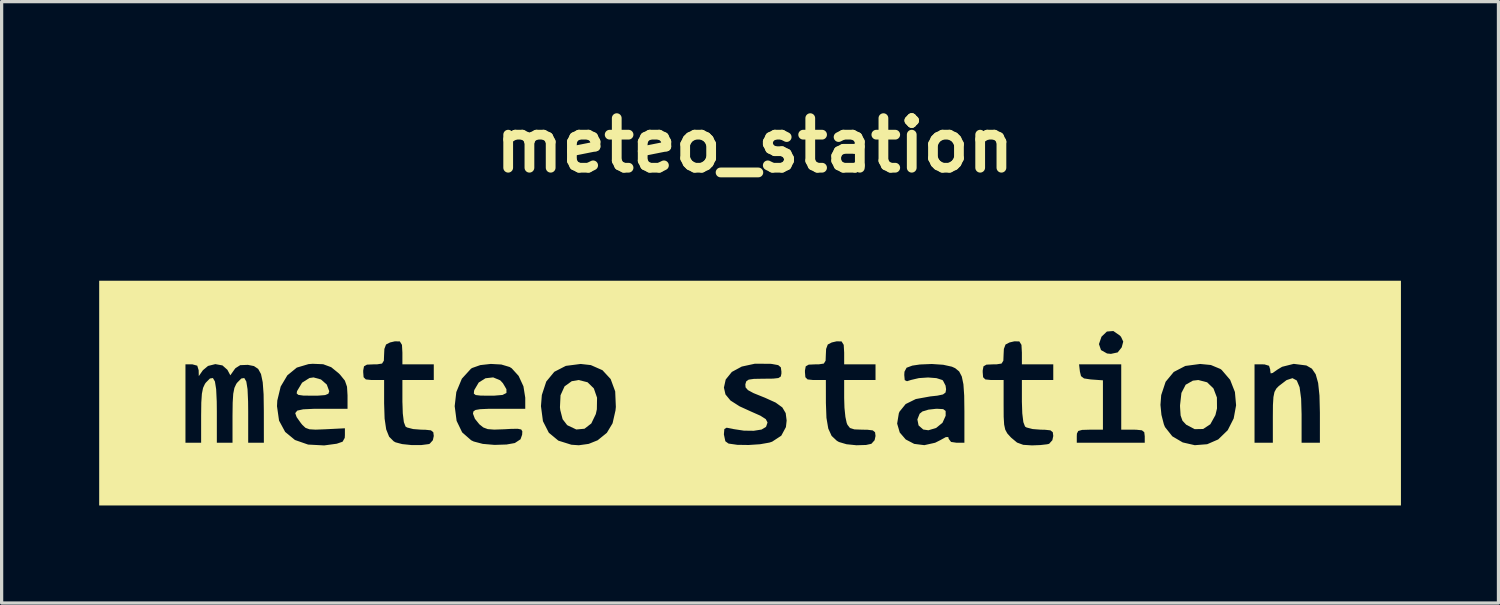
<source format=kicad_pcb>
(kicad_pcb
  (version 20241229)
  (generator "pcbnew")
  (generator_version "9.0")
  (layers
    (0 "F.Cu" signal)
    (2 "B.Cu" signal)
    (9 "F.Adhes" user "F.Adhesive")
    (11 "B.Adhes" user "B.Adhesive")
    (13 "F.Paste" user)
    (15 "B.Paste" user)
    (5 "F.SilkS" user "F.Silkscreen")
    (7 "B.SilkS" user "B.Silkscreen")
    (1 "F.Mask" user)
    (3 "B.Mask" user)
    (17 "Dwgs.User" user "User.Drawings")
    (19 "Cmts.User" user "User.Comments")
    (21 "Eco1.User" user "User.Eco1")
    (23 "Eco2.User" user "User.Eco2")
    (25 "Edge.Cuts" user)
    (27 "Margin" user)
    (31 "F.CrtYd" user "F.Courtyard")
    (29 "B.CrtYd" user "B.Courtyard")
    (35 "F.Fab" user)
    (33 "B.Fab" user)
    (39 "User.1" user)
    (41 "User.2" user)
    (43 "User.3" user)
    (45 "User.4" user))
  (footprint "meteo_station"
    (layer "F.Cu")
    (at 20.015 9.038)
    (property "Reference" "meteo_station" (at 0.146 -7.62 0) (layer "F.SilkS") (effects (font (size 1.524 1.524) (thickness 0.3))))
    (attr board_only exclude_from_pos_files exclude_from_bom)
    (fp_poly (pts (xy -13.195 -0.419) (xy -13.016 -0.262) (xy -12.941 -0.059) (xy -12.941 -0.054) (xy -12.967 0.02) (xy -13.067 0.061) (xy -13.275 0.078) (xy -13.461 0.08) (xy -13.74 0.076) (xy -13.89 0.055) (xy -13.942 0.01) (xy -13.931 -0.06) (xy -13.775 -0.321) (xy -13.549 -0.464) (xy -13.423 -0.482)) (stroke (width 0) (type solid)) (fill yes) (layer "F.SilkS"))
    (fp_poly (pts (xy -7.685 -0.394) (xy -7.6 -0.304) (xy -7.492 -0.12) (xy -7.491 -0.004) (xy -7.612 0.057) (xy -7.871 0.079) (xy -8.003 0.08) (xy -8.285 0.077) (xy -8.437 0.06) (xy -8.494 0.016) (xy -8.487 -0.067) (xy -8.477 -0.1) (xy -8.344 -0.325) (xy -8.136 -0.456) (xy -7.9 -0.483)) (stroke (width 0) (type solid)) (fill yes) (layer "F.SilkS"))
    (fp_poly (pts (xy 5.939 0.493) (xy 6.014 0.55) (xy 6.015 0.688) (xy 6.014 0.699) (xy 5.918 0.912) (xy 5.722 1.072) (xy 5.484 1.143) (xy 5.325 1.12) (xy 5.182 0.994) (xy 5.145 0.81) (xy 5.215 0.634) (xy 5.3 0.565) (xy 5.486 0.509) (xy 5.728 0.482) (xy 5.747 0.482)) (stroke (width 0) (type solid)) (fill yes) (layer "F.SilkS"))
    (fp_poly (pts (xy -4.997 -0.333) (xy -4.804 -0.144) (xy -4.705 0.142) (xy -4.711 0.499) (xy -4.743 0.645) (xy -4.882 0.934) (xy -5.091 1.096) (xy -5.343 1.119) (xy -5.61 0.993) (xy -5.628 0.98) (xy -5.764 0.803) (xy -5.836 0.523) (xy -5.846 0.437) (xy -5.828 0.066) (xy -5.704 -0.207) (xy -5.483 -0.366) (xy -5.271 -0.402)) (stroke (width 0) (type solid)) (fill yes) (layer "F.SilkS"))
    (fp_poly (pts (xy 14.055 -0.332) (xy 14.25 -0.143) (xy 14.356 0.135) (xy 14.359 0.473) (xy 14.31 0.677) (xy 14.154 0.958) (xy 13.932 1.104) (xy 13.672 1.109) (xy 13.412 0.972) (xy 13.297 0.849) (xy 13.24 0.688) (xy 13.223 0.431) (xy 13.222 0.377) (xy 13.265 -0.005) (xy 13.395 -0.257) (xy 13.617 -0.383) (xy 13.785 -0.402)) (stroke (width 0) (type solid)) (fill yes) (layer "F.SilkS"))
    (fp_poly (pts (xy 20.015 3.456) (xy -20.015 3.456) (xy -20.015 1.527) (xy -17.362 1.527) (xy -16.88 1.527) (xy -16.88 0.692) (xy -16.875 0.294) (xy -16.857 0.022) (xy -16.821 -0.159) (xy -16.762 -0.285) (xy -16.732 -0.325) (xy -16.609 -0.449) (xy -16.518 -0.463) (xy -16.456 -0.357) (xy -16.418 -0.12) (xy -16.4 0.26) (xy -16.397 0.567) (xy -16.397 1.527) (xy -15.915 1.527) (xy -15.915 0.692) (xy -15.91 0.294) (xy -15.893 0.022) (xy -15.857 -0.159) (xy -15.798 -0.285) (xy -15.767 -0.325) (xy -15.644 -0.449) (xy -15.553 -0.463) (xy -15.491 -0.357) (xy -15.453 -0.12) (xy -15.436 0.26) (xy -15.433 0.567) (xy -15.433 1.527) (xy -14.951 1.527) (xy -14.952 0.543) (xy -14.954 0.403) (xy -14.547 0.403) (xy -14.484 0.846) (xy -14.296 1.194) (xy -13.995 1.442) (xy -13.591 1.583) (xy -13.096 1.609) (xy -12.71 1.557) (xy -12.53 1.495) (xy -12.464 1.377) (xy -12.459 1.295) (xy -12.459 1.082) (xy -13.049 1.112) (xy -13.357 1.124) (xy -13.549 1.113) (xy -13.67 1.069) (xy -13.766 0.98) (xy -13.813 0.922) (xy -13.943 0.739) (xy -13.986 0.616) (xy -13.924 0.539) (xy -13.743 0.499) (xy -13.425 0.484) (xy -13.182 0.482) (xy -12.378 0.482) (xy -12.378 0.072) (xy -12.394 -0.196) (xy -12.459 -0.383) (xy -12.607 -0.566) (xy -12.652 -0.611) (xy -12.691 -0.643) (xy -11.896 -0.643) (xy -11.884 -0.488) (xy -11.815 -0.42) (xy -11.644 -0.402) (xy -11.575 -0.402) (xy -11.253 -0.402) (xy -11.253 0.318) (xy -11.238 0.784) (xy -11.189 1.117) (xy -11.099 1.341) (xy -10.959 1.482) (xy -10.902 1.514) (xy -10.699 1.568) (xy -10.412 1.598) (xy -10.116 1.599) (xy -9.886 1.569) (xy -9.853 1.559) (xy -9.754 1.449) (xy -9.726 1.318) (xy -9.741 1.202) (xy -9.814 1.145) (xy -9.987 1.127) (xy -10.112 1.125) (xy -10.36 1.106) (xy -10.546 1.058) (xy -10.594 1.029) (xy -10.646 0.893) (xy -10.679 0.623) (xy -10.686 0.401) (xy -9.083 0.401) (xy -9.024 0.854) (xy -8.853 1.208) (xy -8.577 1.45) (xy -8.499 1.488) (xy -8.219 1.562) (xy -7.858 1.593) (xy -7.488 1.581) (xy -7.234 1.536) (xy -7.059 1.421) (xy -7.009 1.28) (xy -7.003 1.176) (xy -7.037 1.119) (xy -7.146 1.097) (xy -7.361 1.101) (xy -7.557 1.112) (xy -7.867 1.123) (xy -8.066 1.108) (xy -8.202 1.057) (xy -8.324 0.96) (xy -8.461 0.79) (xy -8.52 0.634) (xy -8.52 0.629) (xy -8.506 0.562) (xy -8.443 0.519) (xy -8.302 0.495) (xy -8.056 0.484) (xy -7.716 0.482) (xy -6.913 0.482) (xy -6.913 0.402) (xy -6.43 0.402) (xy -6.369 0.864) (xy -6.188 1.219) (xy -5.895 1.462) (xy -5.494 1.588) (xy -5.265 1.604) (xy -4.964 1.562) (xy -4.689 1.452) (xy -4.686 1.45) (xy -4.468 1.274) (xy -0.804 1.274) (xy -0.76 1.481) (xy -0.663 1.552) (xy -0.391 1.591) (xy -0.045 1.596) (xy 0.306 1.573) (xy 0.594 1.522) (xy 0.679 1.494) (xy 0.96 1.31) (xy 1.103 1.045) (xy 1.125 0.844) (xy 1.096 0.616) (xy 0.992 0.44) (xy 0.786 0.291) (xy 0.452 0.14) (xy 0.399 0.119) (xy 0.105 0.000145) (xy -0.065 -0.092) (xy -0.138 -0.176) (xy -0.145 -0.27) (xy -0.117 -0.362) (xy -0.042 -0.414) (xy 0.118 -0.437) (xy 0.4 -0.442) (xy 0.422 -0.442) (xy 0.709 -0.445) (xy 0.872 -0.463) (xy 0.945 -0.51) (xy 0.964 -0.6) (xy 0.964 -0.643) (xy 1.688 -0.643) (xy 1.701 -0.488) (xy 1.769 -0.42) (xy 1.94 -0.402) (xy 2.009 -0.402) (xy 2.331 -0.402) (xy 2.332 0.301) (xy 2.349 0.761) (xy 2.405 1.09) (xy 2.508 1.316) (xy 2.668 1.466) (xy 2.734 1.504) (xy 2.967 1.573) (xy 3.273 1.604) (xy 3.569 1.595) (xy 3.731 1.559) (xy 3.83 1.449) (xy 3.858 1.318) (xy 3.844 1.204) (xy 3.774 1.147) (xy 3.608 1.127) (xy 3.454 1.125) (xy 3.208 1.116) (xy 3.072 1.073) (xy 2.996 0.976) (xy 2.98 0.938) (xy 4.523 0.938) (xy 4.603 1.212) (xy 4.787 1.426) (xy 5.048 1.562) (xy 5.359 1.601) (xy 5.691 1.527) (xy 5.848 1.448) (xy 6.019 1.354) (xy 6.095 1.351) (xy 6.109 1.408) (xy 6.181 1.502) (xy 6.35 1.527) (xy 6.591 1.527) (xy 6.591 0.557) (xy 6.585 0.076) (xy 6.561 -0.271) (xy 6.511 -0.51) (xy 6.442 -0.643) (xy 7.154 -0.643) (xy 7.166 -0.488) (xy 7.235 -0.42) (xy 7.406 -0.402) (xy 7.475 -0.402) (xy 7.797 -0.402) (xy 7.797 0.368) (xy 7.799 0.728) (xy 7.813 0.966) (xy 7.847 1.124) (xy 7.91 1.24) (xy 8.013 1.354) (xy 8.032 1.373) (xy 8.211 1.522) (xy 8.401 1.591) (xy 8.668 1.608) (xy 8.929 1.598) (xy 9.136 1.574) (xy 9.197 1.559) (xy 9.225 1.527) (xy 10.047 1.527) (xy 12.137 1.527) (xy 12.137 1.326) (xy 12.122 1.202) (xy 12.049 1.144) (xy 11.873 1.126) (xy 11.776 1.125) (xy 11.414 1.125) (xy 11.414 0.362) (xy 12.62 0.362) (xy 12.65 0.669) (xy 12.725 0.96) (xy 12.76 1.045) (xy 12.985 1.329) (xy 13.305 1.517) (xy 13.676 1.602) (xy 14.058 1.572) (xy 14.161 1.527) (xy 15.513 1.527) (xy 16.076 1.527) (xy 16.076 0.737) (xy 16.079 0.368) (xy 16.094 0.123) (xy 16.126 -0.034) (xy 16.183 -0.139) (xy 16.257 -0.215) (xy 16.497 -0.399) (xy 16.68 -0.459) (xy 16.812 -0.388) (xy 16.899 -0.18) (xy 16.946 0.173) (xy 16.96 0.649) (xy 16.96 1.527) (xy 17.523 1.527) (xy 17.523 0.599) (xy 17.51 0.075) (xy 17.469 -0.311) (xy 17.394 -0.579) (xy 17.277 -0.751) (xy 17.114 -0.846) (xy 17.102 -0.85) (xy 16.719 -0.899) (xy 16.361 -0.809) (xy 16.223 -0.726) (xy 16.071 -0.619) (xy 16.009 -0.606) (xy 15.996 -0.687) (xy 15.996 -0.721) (xy 15.959 -0.84) (xy 15.82 -0.882) (xy 15.754 -0.884) (xy 15.513 -0.884) (xy 15.513 1.527) (xy 14.161 1.527) (xy 14.396 1.425) (xy 14.688 1.142) (xy 14.872 0.78) (xy 14.946 0.375) (xy 14.91 -0.033) (xy 14.763 -0.408) (xy 14.503 -0.712) (xy 14.463 -0.742) (xy 14.17 -0.864) (xy 13.841 -0.896) (xy 13.385 -0.835) (xy 13.029 -0.65) (xy 12.779 -0.348) (xy 12.643 0.062) (xy 12.62 0.362) (xy 11.414 0.362) (xy 11.414 -0.884) (xy 10.117 -0.884) (xy 10.143 -0.663) (xy 10.177 -0.522) (xy 10.269 -0.451) (xy 10.466 -0.421) (xy 10.51 -0.417) (xy 10.851 -0.393) (xy 10.851 1.125) (xy 10.449 1.125) (xy 10.211 1.132) (xy 10.092 1.165) (xy 10.051 1.246) (xy 10.047 1.326) (xy 10.047 1.527) (xy 9.225 1.527) (xy 9.296 1.449) (xy 9.324 1.318) (xy 9.309 1.202) (xy 9.236 1.145) (xy 9.063 1.127) (xy 8.938 1.125) (xy 8.69 1.106) (xy 8.504 1.058) (xy 8.456 1.029) (xy 8.404 0.893) (xy 8.371 0.623) (xy 8.359 0.265) (xy 8.359 -0.402) (xy 9.324 -0.402) (xy 9.324 -0.884) (xy 8.359 -0.884) (xy 8.359 -1.246) (xy 8.346 -1.483) (xy 8.331 -1.507) (xy 10.729 -1.507) (xy 10.792 -1.323) (xy 10.978 -1.218) (xy 11.097 -1.206) (xy 11.305 -1.251) (xy 11.428 -1.406) (xy 11.476 -1.583) (xy 11.408 -1.729) (xy 11.374 -1.768) (xy 11.171 -1.909) (xy 10.973 -1.893) (xy 10.807 -1.734) (xy 10.729 -1.507) (xy 8.331 -1.507) (xy 8.28 -1.589) (xy 8.127 -1.592) (xy 7.978 -1.557) (xy 7.856 -1.494) (xy 7.805 -1.358) (xy 7.797 -1.196) (xy 7.789 -0.997) (xy 7.733 -0.908) (xy 7.584 -0.885) (xy 7.475 -0.884) (xy 7.269 -0.875) (xy 7.178 -0.823) (xy 7.154 -0.695) (xy 7.154 -0.643) (xy 6.442 -0.643) (xy 6.43 -0.666) (xy 6.308 -0.766) (xy 6.207 -0.812) (xy 5.94 -0.871) (xy 5.589 -0.895) (xy 5.224 -0.88) (xy 4.989 -0.845) (xy 4.813 -0.78) (xy 4.748 -0.657) (xy 4.742 -0.558) (xy 4.756 -0.399) (xy 4.826 -0.365) (xy 4.949 -0.404) (xy 5.192 -0.461) (xy 5.474 -0.48) (xy 5.733 -0.46) (xy 5.91 -0.403) (xy 5.932 -0.386) (xy 6.012 -0.23) (xy 6.028 -0.116) (xy 6.011 -0.017) (xy 5.932 0.042) (xy 5.757 0.079) (xy 5.543 0.102) (xy 5.097 0.183) (xy 4.785 0.337) (xy 4.597 0.569) (xy 4.575 0.621) (xy 4.523 0.938) (xy 2.98 0.938) (xy 2.972 0.919) (xy 2.932 0.733) (xy 2.903 0.451) (xy 2.894 0.156) (xy 2.894 -0.402) (xy 3.858 -0.402) (xy 3.858 -0.884) (xy 2.894 -0.884) (xy 2.894 -1.246) (xy 2.88 -1.483) (xy 2.814 -1.589) (xy 2.662 -1.592) (xy 2.512 -1.557) (xy 2.39 -1.494) (xy 2.339 -1.358) (xy 2.331 -1.196) (xy 2.323 -0.997) (xy 2.268 -0.908) (xy 2.119 -0.885) (xy 2.009 -0.884) (xy 1.803 -0.875) (xy 1.712 -0.823) (xy 1.688 -0.695) (xy 1.688 -0.643) (xy 0.964 -0.643) (xy 0.965 -0.655) (xy 0.947 -0.791) (xy 0.866 -0.86) (xy 0.676 -0.895) (xy 0.623 -0.901) (xy 0.146 -0.903) (xy -0.255 -0.816) (xy -0.56 -0.651) (xy -0.749 -0.417) (xy -0.804 -0.169) (xy -0.756 0.041) (xy -0.602 0.228) (xy -0.322 0.407) (xy 0.02 0.563) (xy 0.318 0.695) (xy 0.484 0.801) (xy 0.537 0.903) (xy 0.498 1.021) (xy 0.485 1.043) (xy 0.354 1.121) (xy 0.113 1.159) (xy -0.189 1.155) (xy -0.506 1.107) (xy -0.543 1.098) (xy -0.72 1.064) (xy -0.791 1.107) (xy -0.804 1.259) (xy -0.804 1.274) (xy -4.468 1.274) (xy -4.404 1.222) (xy -4.228 0.929) (xy -4.138 0.534) (xy -4.127 0.425) (xy -4.147 -0.052) (xy -4.287 -0.432) (xy -4.539 -0.704) (xy -4.896 -0.861) (xy -5.209 -0.896) (xy -5.665 -0.837) (xy -6.019 -0.655) (xy -6.267 -0.355) (xy -6.403 0.059) (xy -6.43 0.402) (xy -6.913 0.402) (xy -6.913 0.141) (xy -6.969 -0.209) (xy -7.117 -0.529) (xy -7.329 -0.762) (xy -7.394 -0.803) (xy -7.649 -0.879) (xy -7.973 -0.897) (xy -8.295 -0.861) (xy -8.547 -0.772) (xy -8.583 -0.749) (xy -8.863 -0.442) (xy -9.033 -0.032) (xy -9.083 0.401) (xy -10.686 0.401) (xy -10.691 0.265) (xy -10.691 -0.402) (xy -9.726 -0.402) (xy -9.726 -0.884) (xy -10.691 -0.884) (xy -10.691 -1.246) (xy -10.704 -1.483) (xy -10.77 -1.589) (xy -10.923 -1.592) (xy -11.072 -1.557) (xy -11.194 -1.494) (xy -11.245 -1.358) (xy -11.253 -1.196) (xy -11.261 -0.997) (xy -11.317 -0.908) (xy -11.466 -0.885) (xy -11.575 -0.884) (xy -11.781 -0.875) (xy -11.872 -0.823) (xy -11.896 -0.695) (xy -11.896 -0.643) (xy -12.691 -0.643) (xy -12.881 -0.797) (xy -13.128 -0.888) (xy -13.451 -0.901) (xy -13.578 -0.891) (xy -13.938 -0.784) (xy -14.229 -0.546) (xy -14.434 -0.201) (xy -14.538 0.229) (xy -14.547 0.403) (xy -14.954 0.403) (xy -14.959 0.036) (xy -14.986 -0.333) (xy -15.039 -0.586) (xy -15.126 -0.744) (xy -15.256 -0.831) (xy -15.436 -0.867) (xy -15.447 -0.868) (xy -15.678 -0.859) (xy -15.825 -0.766) (xy -15.86 -0.72) (xy -15.982 -0.547) (xy -16.072 -0.716) (xy -16.224 -0.851) (xy -16.443 -0.891) (xy -16.668 -0.835) (xy -16.826 -0.703) (xy -16.952 -0.522) (xy -16.956 -0.703) (xy -16.999 -0.843) (xy -17.148 -0.884) (xy -17.161 -0.884) (xy -17.362 -0.884) (xy -17.362 1.527) (xy -20.015 1.527) (xy -20.015 -3.456) (xy 20.015 -3.456)) (stroke (width 0) (type solid)) (fill yes) (layer "F.SilkS")))
  (gr_rect
    (start -3 -3)
    (end 43.029 15.494)
    (stroke (width 0.1) (type default))
    (fill no)
    (layer "Edge.Cuts")))
</source>
